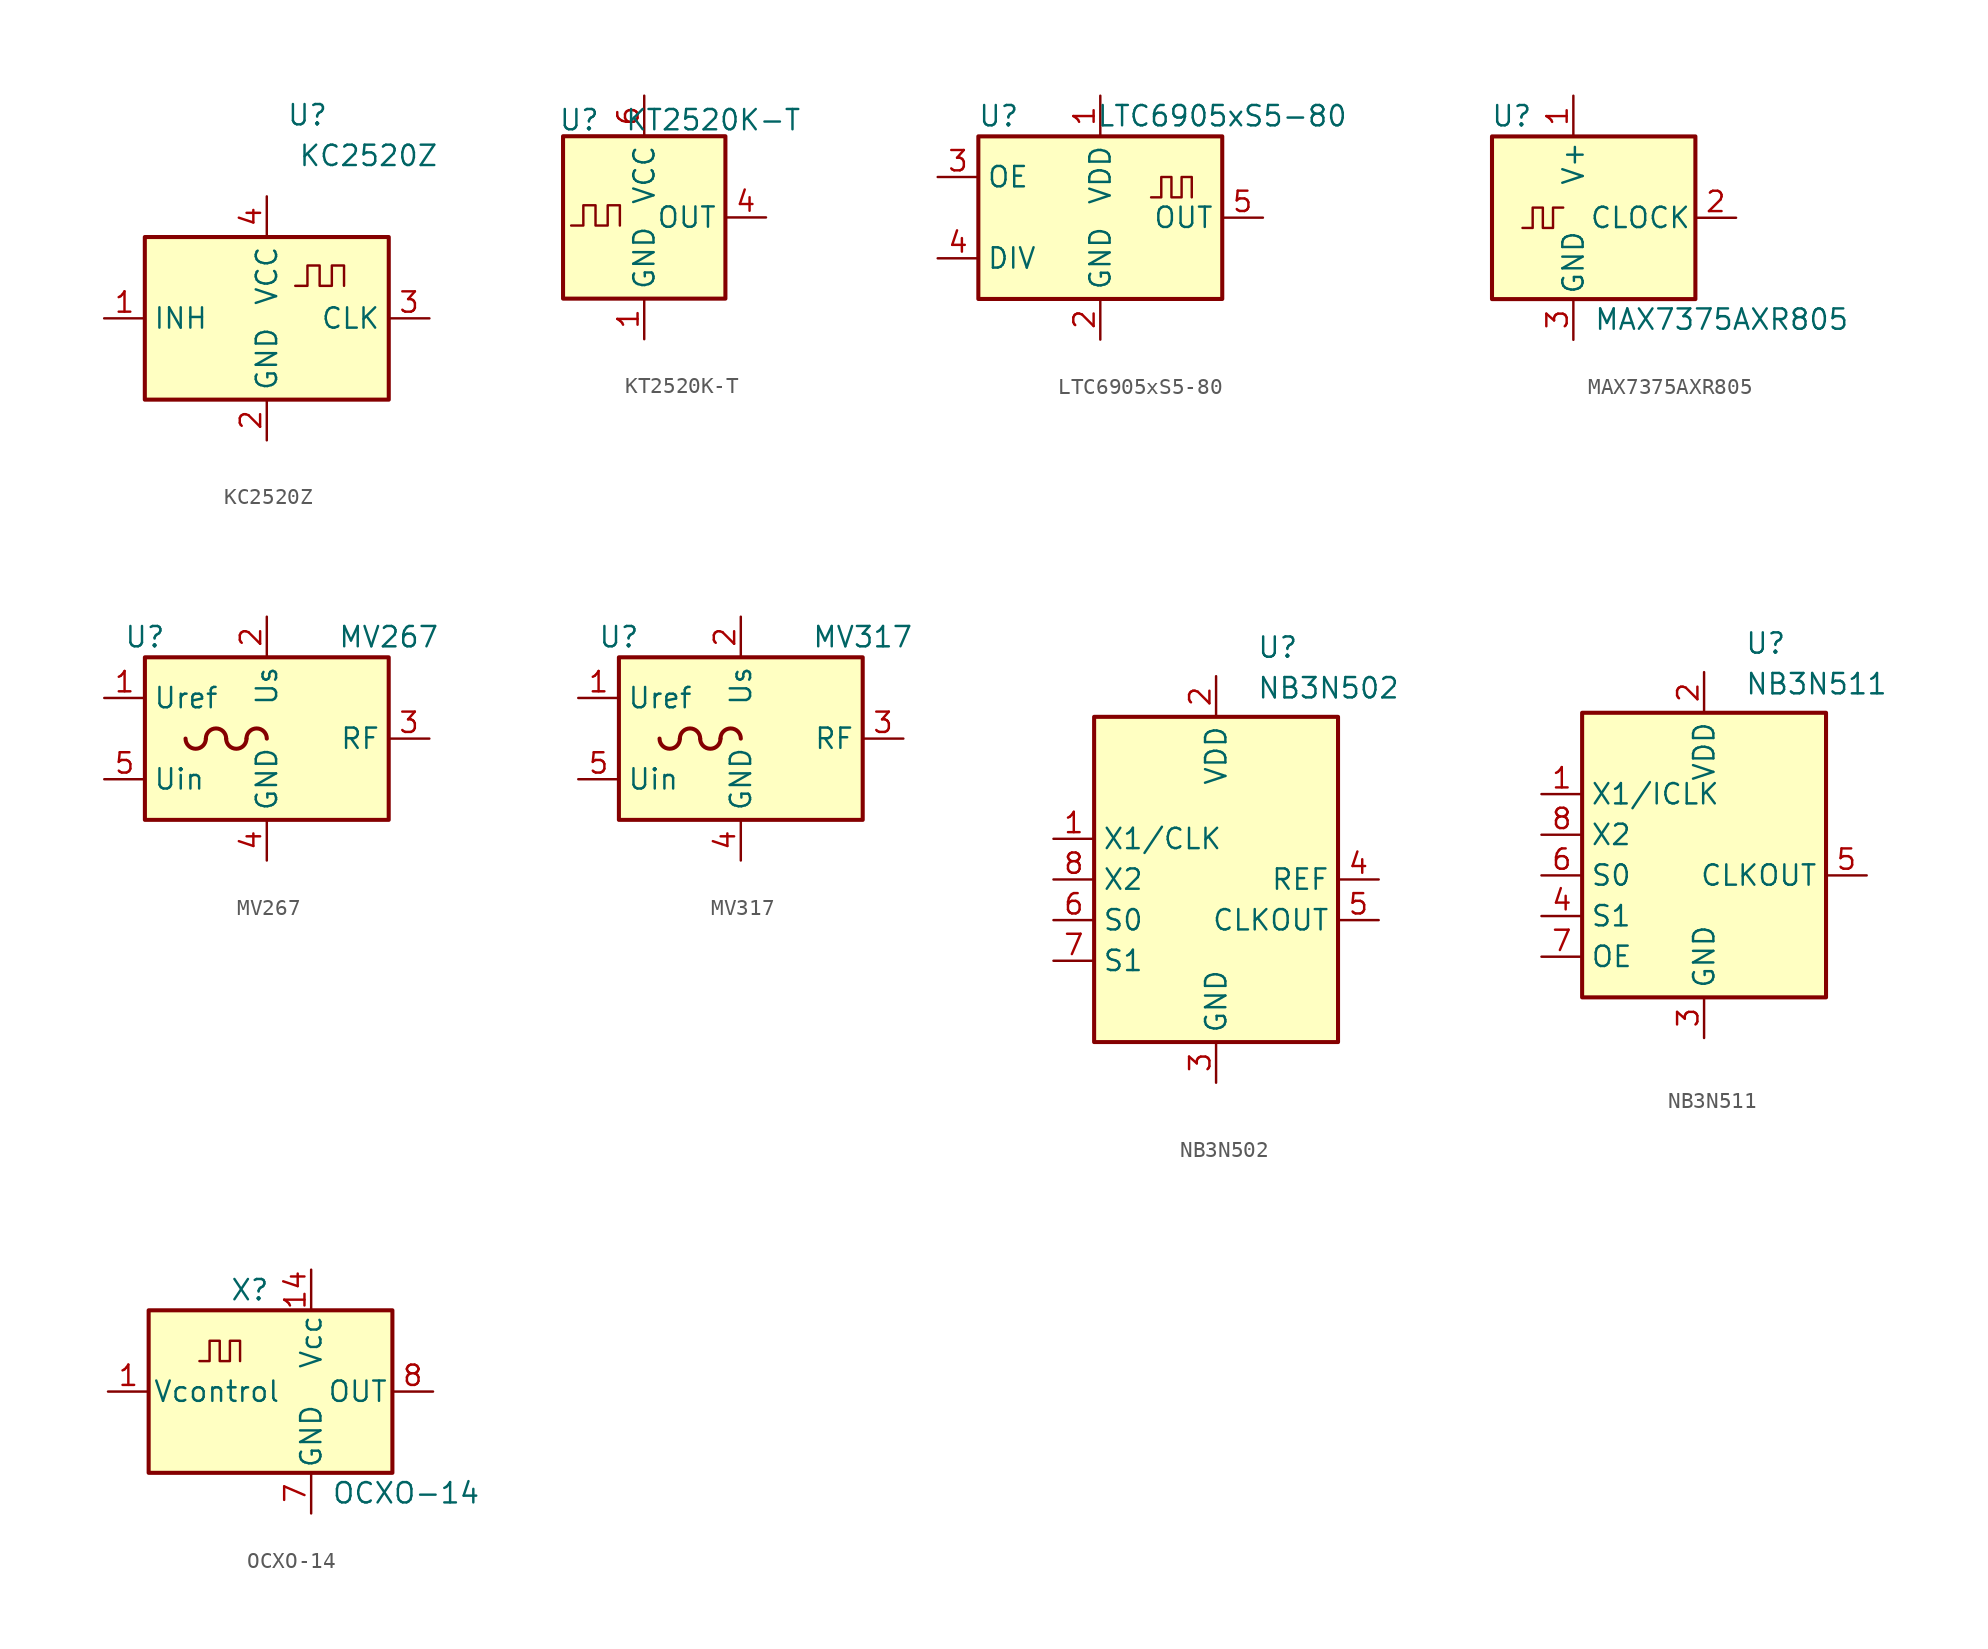
<source format=kicad_sym>
(kicad_symbol_lib
  (version 20201005)
  (generator kicad_symbol_editor)
  (symbol "Oscillator:KC2520Z"
    (property "Reference" "U"
      (at 2.54 12.7 0)
      (effects (font (size 1.27 1.27))))
    (property "Value" "KC2520Z"
      (at 6.35 10.16 0)
      (effects (font (size 1.27 1.27))))
    (symbol "KC2520Z_0_1"
      (rectangle (start -7.62 5.08) (end 7.62 -5.08) (stroke (width 0.254)) (fill (type background))))
    (symbol "KC2520Z_1_1"
      (polyline (pts (xy 1.778 2.032) (xy 2.54 2.032) (xy 2.54 3.302) (xy 3.302 3.302) (xy 3.302 2.032) (xy 4.064 2.032) (xy 4.064 3.302) (xy 4.826 3.302) (xy 4.826 2.032)) (stroke (width 0)) (fill (type none)))
      (pin input line (at -10.16 0 0) (length 2.54) (name "INH" (effects (font (size 1.27 1.27)))) (number "1" (effects (font (size 1.27 1.27)))))
      (pin power_in line (at 0 -7.62 90) (length 2.54) (name "GND" (effects (font (size 1.27 1.27)))) (number "2" (effects (font (size 1.27 1.27)))))
      (pin output line (at 10.16 0 180) (length 2.54) (name "CLK" (effects (font (size 1.27 1.27)))) (number "3" (effects (font (size 1.27 1.27)))))
      (pin power_in line (at 0 7.62 270) (length 2.54) (name "VCC" (effects (font (size 1.27 1.27)))) (number "4" (effects (font (size 1.27 1.27)))))))
  (symbol "Oscillator:KT2520K-T"
    (property "Reference" "U"
      (at -4.064 6.096 0)
      (effects (font (size 1.27 1.27))))
    (property "Value" "KT2520K-T"
      (at 4.318 6.096 0)
      (effects (font (size 1.27 1.27))))
    (symbol "KT2520K-T_0_1"
      (rectangle (start -5.08 5.08) (end 5.08 -5.08) (stroke (width 0.254)) (fill (type background)))
      (polyline (pts (xy -4.572 -0.508) (xy -3.81 -0.508) (xy -3.81 0.762) (xy -3.048 0.762) (xy -3.048 -0.508) (xy -2.286 -0.508) (xy -2.286 0.762) (xy -1.524 0.762) (xy -1.524 -0.508)) (stroke (width 0)) (fill (type none))))
    (symbol "KT2520K-T_1_1"
      (pin power_in line (at 0 -7.62 90) (length 2.54) (name "GND" (effects (font (size 1.27 1.27)))) (number "1" (effects (font (size 1.27 1.27)))))
      (pin no_connect line (at -5.08 2.54 0) (length 2.54) hide (name "NC" (effects (font (size 1.27 1.27)))) (number "2" (effects (font (size 1.27 1.27)))))
      (pin passive line (at 0 -7.62 90) (length 2.54) hide (name "GND" (effects (font (size 1.27 1.27)))) (number "3" (effects (font (size 1.27 1.27)))))
      (pin output line (at 7.62 0 180) (length 2.54) (name "OUT" (effects (font (size 1.27 1.27)))) (number "4" (effects (font (size 1.27 1.27)))))
      (pin no_connect line (at -5.08 -2.54 0) (length 2.54) hide (name "NC" (effects (font (size 1.27 1.27)))) (number "5" (effects (font (size 1.27 1.27)))))
      (pin power_in line (at 0 7.62 270) (length 2.54) (name "VCC" (effects (font (size 1.27 1.27)))) (number "6" (effects (font (size 1.27 1.27)))))))
  (symbol "Oscillator:LTC6905xS5-80"
    (property "Reference" "U"
      (at -6.35 6.35 0)
      (effects (font (size 1.27 1.27))))
    (property "Value" "LTC6905xS5-80"
      (at 7.62 6.35 0)
      (effects (font (size 1.27 1.27))))
    (symbol "LTC6905xS5-80_1_1"
      (rectangle (start -7.62 5.08) (end 7.62 -5.08) (stroke (width 0.254)) (fill (type background)))
      (polyline (pts (xy 3.175 1.27) (xy 3.81 1.27) (xy 3.81 2.54) (xy 4.445 2.54) (xy 4.445 1.27) (xy 5.08 1.27) (xy 5.08 2.54) (xy 5.715 2.54) (xy 5.715 1.27)) (stroke (width 0)) (fill (type none)))
      (pin power_in line (at 0 7.62 270) (length 2.54) (name "VDD" (effects (font (size 1.27 1.27)))) (number "1" (effects (font (size 1.27 1.27)))))
      (pin power_in line (at 0 -7.62 90) (length 2.54) (name "GND" (effects (font (size 1.27 1.27)))) (number "2" (effects (font (size 1.27 1.27)))))
      (pin input line (at -10.16 2.54 0) (length 2.54) (name "OE" (effects (font (size 1.27 1.27)))) (number "3" (effects (font (size 1.27 1.27)))))
      (pin input line (at -10.16 -2.54 0) (length 2.54) (name "DIV" (effects (font (size 1.27 1.27)))) (number "4" (effects (font (size 1.27 1.27)))))
      (pin output line (at 10.16 0 180) (length 2.54) (name "OUT" (effects (font (size 1.27 1.27)))) (number "5" (effects (font (size 1.27 1.27)))))))
  (symbol "Oscillator:MAX7375AXR805"
    (pin_names
      (offset 0.254))
    (property "Reference" "U"
      (at -2.54 6.35 0)
      (effects (font (size 1.27 1.27)) (justify right)))
    (property "Value" "MAX7375AXR805"
      (at 1.27 -6.35 0)
      (effects (font (size 1.27 1.27)) (justify left)))
    (symbol "MAX7375AXR805_0_1"
      (rectangle (start -5.08 5.08) (end 7.62 -5.08) (stroke (width 0.254)) (fill (type background)))
      (polyline (pts (xy -3.175 -0.635) (xy -2.54 -0.635) (xy -2.54 0.635) (xy -1.905 0.635) (xy -1.905 -0.635) (xy -1.27 -0.635) (xy -1.27 0.635) (xy -0.635 0.635)) (stroke (width 0)) (fill (type none))))
    (symbol "MAX7375AXR805_1_1"
      (pin power_in line (at 0 7.62 270) (length 2.54) (name "V+" (effects (font (size 1.27 1.27)))) (number "1" (effects (font (size 1.27 1.27)))))
      (pin output line (at 10.16 0 180) (length 2.54) (name "CLOCK" (effects (font (size 1.27 1.27)))) (number "2" (effects (font (size 1.27 1.27)))))
      (pin power_in line (at 0 -7.62 90) (length 2.54) (name "GND" (effects (font (size 1.27 1.27)))) (number "3" (effects (font (size 1.27 1.27)))))))
  (symbol "Oscillator:MV267"
    (property "Reference" "U"
      (at -7.62 6.35 0)
      (effects (font (size 1.27 1.27))))
    (property "Value" "MV267"
      (at 7.62 6.35 0)
      (effects (font (size 1.27 1.27))))
    (symbol "MV267_0_1"
      (arc (start -5.08 0) (end -3.81 0) (radius (at -4.445 0) (length 0.635) (angles -179.9 -0.1)) (stroke (width 0.254)) (fill (type none)))
      (arc (start -2.54 0) (end -3.81 0) (radius (at -3.175 0) (length 0.635) (angles 0.1 179.9)) (stroke (width 0.254)) (fill (type none)))
      (arc (start -2.54 0) (end -1.27 0) (radius (at -1.905 0) (length 0.635) (angles -179.9 -0.1)) (stroke (width 0.254)) (fill (type none)))
      (arc (start 0 0) (end -1.27 0) (radius (at -0.635 0) (length 0.635) (angles 0.1 179.9)) (stroke (width 0.254)) (fill (type none)))
      (rectangle (start -7.62 5.08) (end 7.62 -5.08) (stroke (width 0.254)) (fill (type background))))
    (symbol "MV267_1_1"
      (pin output line (at -10.16 2.54 0) (length 2.54) (name "Uref" (effects (font (size 1.27 1.27)))) (number "1" (effects (font (size 1.27 1.27)))))
      (pin power_in line (at 0 7.62 270) (length 2.54) (name "Us" (effects (font (size 1.27 1.27)))) (number "2" (effects (font (size 1.27 1.27)))))
      (pin output line (at 10.16 0 180) (length 2.54) (name "RF" (effects (font (size 1.27 1.27)))) (number "3" (effects (font (size 1.27 1.27)))))
      (pin power_in line (at 0 -7.62 90) (length 2.54) (name "GND" (effects (font (size 1.27 1.27)))) (number "4" (effects (font (size 1.27 1.27)))))
      (pin input line (at -10.16 -2.54 0) (length 2.54) (name "Uin" (effects (font (size 1.27 1.27)))) (number "5" (effects (font (size 1.27 1.27)))))))
  (symbol "Oscillator:MV317"
    (property "Reference" "U"
      (at -7.62 6.35 0)
      (effects (font (size 1.27 1.27))))
    (property "Value" "MV317"
      (at 7.62 6.35 0)
      (effects (font (size 1.27 1.27))))
    (symbol "MV317_0_1"
      (arc (start -5.08 0) (end -3.81 0) (radius (at -4.445 0) (length 0.635) (angles -179.9 -0.1)) (stroke (width 0.254)) (fill (type none)))
      (arc (start -2.54 0) (end -3.81 0) (radius (at -3.175 0) (length 0.635) (angles 0.1 179.9)) (stroke (width 0.254)) (fill (type none)))
      (arc (start -2.54 0) (end -1.27 0) (radius (at -1.905 0) (length 0.635) (angles -179.9 -0.1)) (stroke (width 0.254)) (fill (type none)))
      (arc (start 0 0) (end -1.27 0) (radius (at -0.635 0) (length 0.635) (angles 0.1 179.9)) (stroke (width 0.254)) (fill (type none)))
      (rectangle (start -7.62 5.08) (end 7.62 -5.08) (stroke (width 0.254)) (fill (type background))))
    (symbol "MV317_1_1"
      (pin output line (at -10.16 2.54 0) (length 2.54) (name "Uref" (effects (font (size 1.27 1.27)))) (number "1" (effects (font (size 1.27 1.27)))))
      (pin power_in line (at 0 7.62 270) (length 2.54) (name "Us" (effects (font (size 1.27 1.27)))) (number "2" (effects (font (size 1.27 1.27)))))
      (pin output line (at 10.16 0 180) (length 2.54) (name "RF" (effects (font (size 1.27 1.27)))) (number "3" (effects (font (size 1.27 1.27)))))
      (pin power_in line (at 0 -7.62 90) (length 2.54) (name "GND" (effects (font (size 1.27 1.27)))) (number "4" (effects (font (size 1.27 1.27)))))
      (pin input line (at -10.16 -2.54 0) (length 2.54) (name "Uin" (effects (font (size 1.27 1.27)))) (number "5" (effects (font (size 1.27 1.27)))))))
  (symbol "Oscillator:NB3N502"
    (property "Reference" "U"
      (at 2.54 15.24 0)
      (effects (font (size 1.27 1.27)) (justify left top)))
    (property "Value" "NB3N502"
      (at 2.54 12.7 0)
      (effects (font (size 1.27 1.27)) (justify left top)))
    (symbol "NB3N502_0_1"
      (rectangle (start -7.62 10.16) (end 7.62 -10.16) (stroke (width 0.254)) (fill (type background))))
    (symbol "NB3N502_1_1"
      (pin input line (at -10.16 2.54 0) (length 2.54) (name "X1/CLK" (effects (font (size 1.27 1.27)))) (number "1" (effects (font (size 1.27 1.27)))))
      (pin power_in line (at 0 12.7 270) (length 2.54) (name "VDD" (effects (font (size 1.27 1.27)))) (number "2" (effects (font (size 1.27 1.27)))))
      (pin power_in line (at 0 -12.7 90) (length 2.54) (name "GND" (effects (font (size 1.27 1.27)))) (number "3" (effects (font (size 1.27 1.27)))))
      (pin output line (at 10.16 0 180) (length 2.54) (name "REF" (effects (font (size 1.27 1.27)))) (number "4" (effects (font (size 1.27 1.27)))))
      (pin output line (at 10.16 -2.54 180) (length 2.54) (name "CLKOUT" (effects (font (size 1.27 1.27)))) (number "5" (effects (font (size 1.27 1.27)))))
      (pin input line (at -10.16 -2.54 0) (length 2.54) (name "S0" (effects (font (size 1.27 1.27)))) (number "6" (effects (font (size 1.27 1.27)))))
      (pin input line (at -10.16 -5.08 0) (length 2.54) (name "S1" (effects (font (size 1.27 1.27)))) (number "7" (effects (font (size 1.27 1.27)))))
      (pin output line (at -10.16 0 0) (length 2.54) (name "X2" (effects (font (size 1.27 1.27)))) (number "8" (effects (font (size 1.27 1.27)))))))
  (symbol "Oscillator:NB3N511"
    (property "Reference" "U"
      (at 2.54 15.24 0)
      (effects (font (size 1.27 1.27)) (justify left top)))
    (property "Value" "NB3N511"
      (at 2.54 12.7 0)
      (effects (font (size 1.27 1.27)) (justify left top)))
    (symbol "NB3N511_0_1"
      (rectangle (start -7.62 10.16) (end 7.62 -7.62) (stroke (width 0.254)) (fill (type background))))
    (symbol "NB3N511_1_1"
      (pin input line (at -10.16 5.08 0) (length 2.54) (name "X1/ICLK" (effects (font (size 1.27 1.27)))) (number "1" (effects (font (size 1.27 1.27)))))
      (pin power_in line (at 0 12.7 270) (length 2.54) (name "VDD" (effects (font (size 1.27 1.27)))) (number "2" (effects (font (size 1.27 1.27)))))
      (pin power_in line (at 0 -10.16 90) (length 2.54) (name "GND" (effects (font (size 1.27 1.27)))) (number "3" (effects (font (size 1.27 1.27)))))
      (pin input line (at -10.16 -2.54 0) (length 2.54) (name "S1" (effects (font (size 1.27 1.27)))) (number "4" (effects (font (size 1.27 1.27)))))
      (pin output line (at 10.16 0 180) (length 2.54) (name "CLKOUT" (effects (font (size 1.27 1.27)))) (number "5" (effects (font (size 1.27 1.27)))))
      (pin input line (at -10.16 0 0) (length 2.54) (name "S0" (effects (font (size 1.27 1.27)))) (number "6" (effects (font (size 1.27 1.27)))))
      (pin input line (at -10.16 -5.08 0) (length 2.54) (name "OE" (effects (font (size 1.27 1.27)))) (number "7" (effects (font (size 1.27 1.27)))))
      (pin passive line (at -10.16 2.54 0) (length 2.54) (name "X2" (effects (font (size 1.27 1.27)))) (number "8" (effects (font (size 1.27 1.27)))))))
  (symbol "Oscillator:OCXO-14"
    (pin_names
      (offset 0.254))
    (property "Reference" "X"
      (at -5.08 6.35 0)
      (effects (font (size 1.27 1.27)) (justify left)))
    (property "Value" "OCXO-14"
      (at 1.27 -6.35 0)
      (effects (font (size 1.27 1.27)) (justify left)))
    (symbol "OCXO-14_0_1"
      (rectangle (start -10.16 5.08) (end 5.08 -5.08) (stroke (width 0.254)) (fill (type background)))
      (polyline (pts (xy -6.985 1.905) (xy -6.35 1.905) (xy -6.35 3.175) (xy -5.715 3.175) (xy -5.715 1.905) (xy -5.08 1.905) (xy -5.08 3.175) (xy -4.445 3.175) (xy -4.445 1.905)) (stroke (width 0)) (fill (type none))))
    (symbol "OCXO-14_1_1"
      (pin input line (at -12.7 0 0) (length 2.54) (name "Vcontrol" (effects (font (size 1.27 1.27)))) (number "1" (effects (font (size 1.27 1.27)))))
      (pin power_in line (at 0 7.62 270) (length 2.54) (name "Vcc" (effects (font (size 1.27 1.27)))) (number "14" (effects (font (size 1.27 1.27)))))
      (pin power_in line (at 0 -7.62 90) (length 2.54) (name "GND" (effects (font (size 1.27 1.27)))) (number "7" (effects (font (size 1.27 1.27)))))
      (pin output line (at 7.62 0 180) (length 2.54) (name "OUT" (effects (font (size 1.27 1.27)))) (number "8" (effects (font (size 1.27 1.27))))))))
</source>
